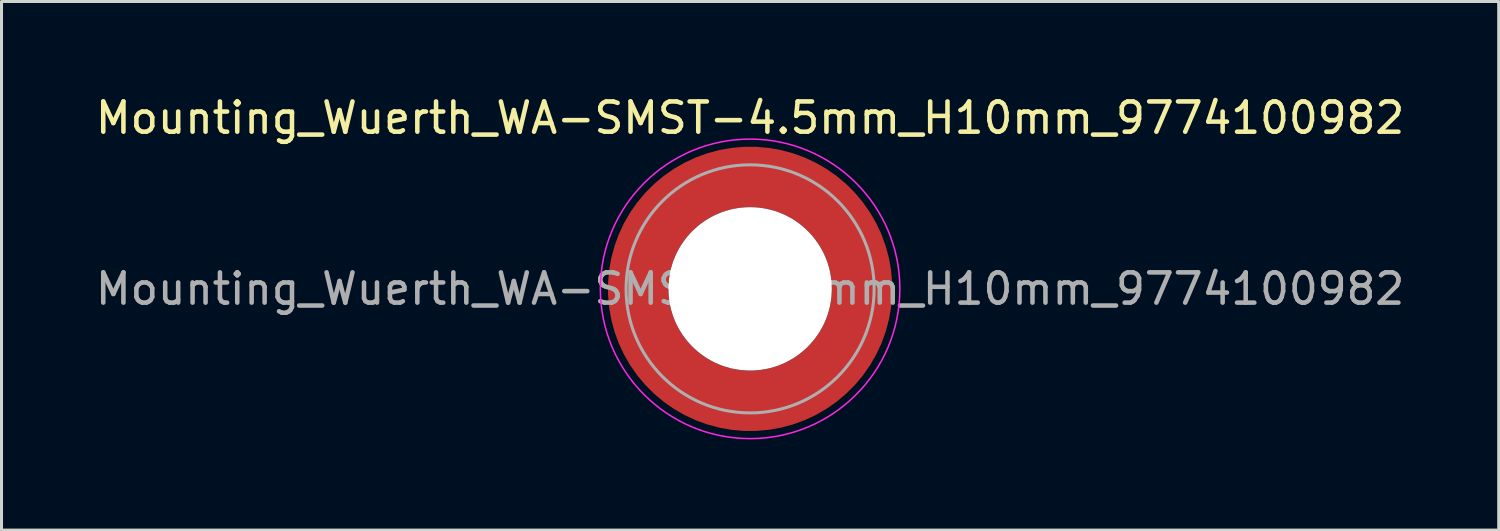
<source format=kicad_pcb>
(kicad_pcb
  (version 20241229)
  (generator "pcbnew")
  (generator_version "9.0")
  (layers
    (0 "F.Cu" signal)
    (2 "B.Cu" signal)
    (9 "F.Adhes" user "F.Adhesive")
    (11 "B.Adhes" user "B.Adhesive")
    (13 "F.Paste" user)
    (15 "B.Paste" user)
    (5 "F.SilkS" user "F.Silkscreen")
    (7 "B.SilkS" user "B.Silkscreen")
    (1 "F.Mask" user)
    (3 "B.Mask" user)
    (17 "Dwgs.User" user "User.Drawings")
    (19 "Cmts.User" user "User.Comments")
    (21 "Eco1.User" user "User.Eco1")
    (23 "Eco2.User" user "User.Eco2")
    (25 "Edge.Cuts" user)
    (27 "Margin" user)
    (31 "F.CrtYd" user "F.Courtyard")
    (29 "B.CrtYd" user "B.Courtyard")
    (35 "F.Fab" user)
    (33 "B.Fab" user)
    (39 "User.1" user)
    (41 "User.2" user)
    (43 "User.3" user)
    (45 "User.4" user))
  (footprint "Mounting_Wuerth_WA-SMST-4.5mm_H10mm_9774100982"
    (layer "F.Cu")
    (at 21.744 6.498)
    (property "Reference" "Mounting_Wuerth_WA-SMST-4.5mm_H10mm_9774100982" (at 0 -5.65 0) (layer "F.SilkS") (effects (font (size 1 1) (thickness 0.15))))
    (attr smd)
    (fp_circle (center 0 0) (end 4.95 0) (stroke (width 0.05) (type solid)) (fill no) (layer "F.CrtYd"))
    (fp_circle (center 0 0) (end 4.1 0) (stroke (width 0.1) (type solid)) (fill no) (layer "F.Fab"))
    (fp_text user "${REFERENCE}" (at 0 0 0) (layer "F.Fab") (effects (font (size 1 1) (thickness 0.15))))
    (pad "" smd custom (at -2.607 -2.607) (size 1.495 1.495) (layers "F.Paste") (options (anchor circle)) (primitives (gr_arc (start -0.188183 2.107456) (mid 0.598928 0.599619) (end 2.106494 -0.188011) (width 0.2)) (gr_arc (start -0.289416 2.107456) (mid 0.528508 0.529033) (end 2.106724 -0.28929) (width 0.2)) (gr_arc (start -0.390547 2.107456) (mid 0.457087 0.459449) (end 2.104161 -0.389996) (width 0.2)) (gr_arc (start -0.491585 2.107456) (mid 0.386415 0.389116) (end 2.103685 -0.490974) (width 0.2)) (gr_arc (start -0.59254 2.107456) (mid 0.31649 0.318035) (end 2.105297 -0.592203) (width 0.2)) (gr_arc (start -0.693419 2.107456) (mid 0.245252 0.248268) (end 2.103239 -0.692777) (width 0.2)) (gr_arc (start -0.794229 2.107456) (mid 0.174636 0.177878) (end 2.102921 -0.793558) (width 0.2)) (gr_arc (start -0.894975 2.107456) (mid 0.104643 0.106867) (end 2.104343 -0.894528) (width 0.2)) (gr_arc (start -0.995664 2.107456) (mid 0.033026 0.037479) (end 2.101219 -0.994793) (width 0.2)) (gr_arc (start -1.0963 2.107456) (mid -0.035789 -0.034713) (end 2.105949 -1.096095) (width 0.2)) (gr_arc (start -1.196886 2.107456) (mid -0.106351 -0.105158) (end 2.105783 -1.196667) (width 0.2)) (gr_arc (start -1.297427 2.107456) (mid -0.176416 -0.176097) (end 2.107009 -1.29737) (width 0.2)) (gr_arc (start -1.397927 2.107456) (mid -0.248476 -0.245042) (end 2.102638 -1.397323) (width 0.2)) (gr_arc (start -1.498388 2.107456) (mid -0.317612 -0.316913) (end 2.106475 -1.498268) (width 0.2)) (gr_arc (start -1.598813 2.107456) (mid -0.388865 -0.386665) (end 2.104366 -1.598444) (width 0.2)) (gr_arc (start -1.699204 2.107456) (mid -0.459747 -0.456787) (end 2.103299 -1.698719) (width 0.2)) (gr_arc (start -1.799565 2.107456) (mid -0.530257 -0.527283) (end 2.103277 -1.799089) (width 0.2)) (gr_arc (start -1.899896 2.107456) (mid -0.600396 -0.59815) (end 2.104299 -1.899545) (width 0.2)) (gr_arc (start -1.899896 2.107456) (mid -0.600396 -0.59815) (end 2.104299 -1.899545) (width 0.2)) (gr_line (start 2.107 -0.188) (end 2.107 -1.9) (width 0.2)) (gr_line (start -0.188 2.107) (end -1.9 2.107) (width 0.2))))
    (pad "" smd custom (at -2.607 2.607) (size 1.495 1.495) (layers "F.Paste") (options (anchor circle)) (primitives (gr_arc (start 2.107456 0.188183) (mid 0.599619 -0.598928) (end -0.188011 -2.106494) (width 0.2)) (gr_arc (start 2.107456 0.289416) (mid 0.529033 -0.528508) (end -0.28929 -2.106724) (width 0.2)) (gr_arc (start 2.107456 0.390547) (mid 0.45945 -0.457087) (end -0.389996 -2.104161) (width 0.2)) (gr_arc (start 2.107456 0.491585) (mid 0.389116 -0.386415) (end -0.490974 -2.103685) (width 0.2)) (gr_arc (start 2.107456 0.59254) (mid 0.318035 -0.31649) (end -0.592203 -2.105297) (width 0.2)) (gr_arc (start 2.107456 0.693419) (mid 0.248268 -0.245252) (end -0.692777 -2.103239) (width 0.2)) (gr_arc (start 2.107456 0.794229) (mid 0.177878 -0.174636) (end -0.793558 -2.102921) (width 0.2)) (gr_arc (start 2.107456 0.894975) (mid 0.106867 -0.104643) (end -0.894528 -2.104343) (width 0.2)) (gr_arc (start 2.107456 0.995664) (mid 0.037479 -0.033026) (end -0.994793 -2.101219) (width 0.2)) (gr_arc (start 2.107456 1.0963) (mid -0.034713 0.035789) (end -1.096095 -2.105949) (width 0.2)) (gr_arc (start 2.107456 1.196886) (mid -0.105158 0.106351) (end -1.196667 -2.105783) (width 0.2)) (gr_arc (start 2.107456 1.297427) (mid -0.176097 0.176416) (end -1.29737 -2.107009) (width 0.2)) (gr_arc (start 2.107456 1.397927) (mid -0.245042 0.248476) (end -1.397323 -2.102638) (width 0.2)) (gr_arc (start 2.107456 1.498388) (mid -0.316913 0.317612) (end -1.498268 -2.106475) (width 0.2)) (gr_arc (start 2.107456 1.598813) (mid -0.386665 0.388865) (end -1.598444 -2.104366) (width 0.2)) (gr_arc (start 2.107456 1.699204) (mid -0.456787 0.459747) (end -1.698719 -2.103299) (width 0.2)) (gr_arc (start 2.107456 1.799565) (mid -0.527283 0.530257) (end -1.799089 -2.103277) (width 0.2)) (gr_arc (start 2.107456 1.899896) (mid -0.59815 0.600396) (end -1.899545 -2.104299) (width 0.2)) (gr_arc (start 2.107456 1.899896) (mid -0.59815 0.600396) (end -1.899545 -2.104299) (width 0.2)) (gr_line (start -0.188 -2.107) (end -1.9 -2.107) (width 0.2)) (gr_line (start 2.107 0.188) (end 2.107 1.9) (width 0.2))))
    (pad "" np_thru_hole circle (at 0 0) (size 5.4 5.4) (drill 5.4) (layers "*.Cu" "*.Mask"))
    (pad "" smd custom (at 2.607 -2.607) (size 1.495 1.495) (layers "F.Paste") (options (anchor circle)) (primitives (gr_arc (start -2.107456 -0.188183) (mid -0.599619 0.598928) (end 0.188011 2.106494) (width 0.2)) (gr_arc (start -2.107456 -0.289416) (mid -0.529033 0.528508) (end 0.28929 2.106724) (width 0.2)) (gr_arc (start -2.107456 -0.390547) (mid -0.459449 0.457087) (end 0.389996 2.104161) (width 0.2)) (gr_arc (start -2.107456 -0.491585) (mid -0.389116 0.386415) (end 0.490974 2.103685) (width 0.2)) (gr_arc (start -2.107456 -0.59254) (mid -0.318035 0.31649) (end 0.592203 2.105297) (width 0.2)) (gr_arc (start -2.107456 -0.693419) (mid -0.248268 0.245252) (end 0.692777 2.103239) (width 0.2)) (gr_arc (start -2.107456 -0.794229) (mid -0.177878 0.174636) (end 0.793558 2.102921) (width 0.2)) (gr_arc (start -2.107456 -0.894975) (mid -0.106867 0.104643) (end 0.894528 2.104343) (width 0.2)) (gr_arc (start -2.107456 -0.995664) (mid -0.037479 0.033026) (end 0.994793 2.101219) (width 0.2)) (gr_arc (start -2.107456 -1.0963) (mid 0.034713 -0.035789) (end 1.096095 2.105949) (width 0.2)) (gr_arc (start -2.107456 -1.196886) (mid 0.105158 -0.106351) (end 1.196667 2.105783) (width 0.2)) (gr_arc (start -2.107456 -1.297427) (mid 0.176097 -0.176416) (end 1.29737 2.107009) (width 0.2)) (gr_arc (start -2.107456 -1.397927) (mid 0.245042 -0.248476) (end 1.397323 2.102638) (width 0.2)) (gr_arc (start -2.107456 -1.498388) (mid 0.316913 -0.317612) (end 1.498268 2.106475) (width 0.2)) (gr_arc (start -2.107456 -1.598813) (mid 0.386665 -0.388865) (end 1.598444 2.104366) (width 0.2)) (gr_arc (start -2.107456 -1.699204) (mid 0.456787 -0.459747) (end 1.698719 2.103299) (width 0.2)) (gr_arc (start -2.107456 -1.799565) (mid 0.527283 -0.530257) (end 1.799089 2.103277) (width 0.2)) (gr_arc (start -2.107456 -1.899896) (mid 0.59815 -0.600396) (end 1.899545 2.104299) (width 0.2)) (gr_arc (start -2.107456 -1.899896) (mid 0.59815 -0.600396) (end 1.899545 2.104299) (width 0.2)) (gr_line (start 0.188 2.107) (end 1.9 2.107) (width 0.2)) (gr_line (start -2.107 -0.188) (end -2.107 -1.9) (width 0.2))))
    (pad "" smd custom (at 2.607 2.607) (size 1.495 1.495) (layers "F.Paste") (options (anchor circle)) (primitives (gr_arc (start 0.188183 -2.107456) (mid -0.598928 -0.599619) (end -2.106494 0.188011) (width 0.2)) (gr_arc (start 0.289416 -2.107456) (mid -0.528508 -0.529033) (end -2.106724 0.28929) (width 0.2)) (gr_arc (start 0.390547 -2.107456) (mid -0.457087 -0.459449) (end -2.104161 0.389996) (width 0.2)) (gr_arc (start 0.491585 -2.107456) (mid -0.386415 -0.389116) (end -2.103685 0.490974) (width 0.2)) (gr_arc (start 0.59254 -2.107456) (mid -0.31649 -0.318035) (end -2.105297 0.592203) (width 0.2)) (gr_arc (start 0.693419 -2.107456) (mid -0.245252 -0.248268) (end -2.103239 0.692777) (width 0.2)) (gr_arc (start 0.794229 -2.107456) (mid -0.174636 -0.177878) (end -2.102921 0.793558) (width 0.2)) (gr_arc (start 0.894975 -2.107456) (mid -0.104643 -0.106867) (end -2.104343 0.894528) (width 0.2)) (gr_arc (start 0.995664 -2.107456) (mid -0.033026 -0.037479) (end -2.101219 0.994793) (width 0.2)) (gr_arc (start 1.0963 -2.107456) (mid 0.035789 0.034713) (end -2.105949 1.096095) (width 0.2)) (gr_arc (start 1.196886 -2.107456) (mid 0.106351 0.105158) (end -2.105783 1.196667) (width 0.2)) (gr_arc (start 1.297427 -2.107456) (mid 0.176416 0.176097) (end -2.107009 1.29737) (width 0.2)) (gr_arc (start 1.397927 -2.107456) (mid 0.248476 0.245042) (end -2.102638 1.397323) (width 0.2)) (gr_arc (start 1.498388 -2.107456) (mid 0.317612 0.316913) (end -2.106475 1.498268) (width 0.2)) (gr_arc (start 1.598813 -2.107456) (mid 0.388865 0.386665) (end -2.104366 1.598444) (width 0.2)) (gr_arc (start 1.699204 -2.107456) (mid 0.459747 0.456787) (end -2.103299 1.698719) (width 0.2)) (gr_arc (start 1.799565 -2.107456) (mid 0.530257 0.527283) (end -2.103277 1.799089) (width 0.2)) (gr_arc (start 1.899896 -2.107456) (mid 0.600396 0.59815) (end -2.104299 1.899545) (width 0.2)) (gr_arc (start 1.899896 -2.107456) (mid 0.600396 0.59815) (end -2.104299 1.899545) (width 0.2)) (gr_line (start -2.107 0.188) (end -2.107 1.9) (width 0.2)) (gr_line (start 0.188 -2.107) (end 1.9 -2.107) (width 0.2))))
    (pad "1" smd circle (at -3.7 0) (size 1.6 1.6) (layers "F.Cu"))
    (pad "1" smd circle (at 0 -3.7) (size 1.6 1.6) (layers "F.Cu"))
    (pad "1" smd circle (at 0 3.7) (size 1.6 1.6) (layers "F.Cu"))
    (pad "1" smd custom (at 3.7 0) (size 1.6 1.6) (layers "F.Cu" "F.Mask") (options (anchor circle)) (primitives (gr_circle (center -3.7 0) (end 0 0) (width 2) (fill no)))))
  (gr_rect
    (start -3 -3)
    (end 46.488 14.473)
    (stroke (width 0.1) (type default))
    (fill no)
    (layer "Edge.Cuts")))
</source>
